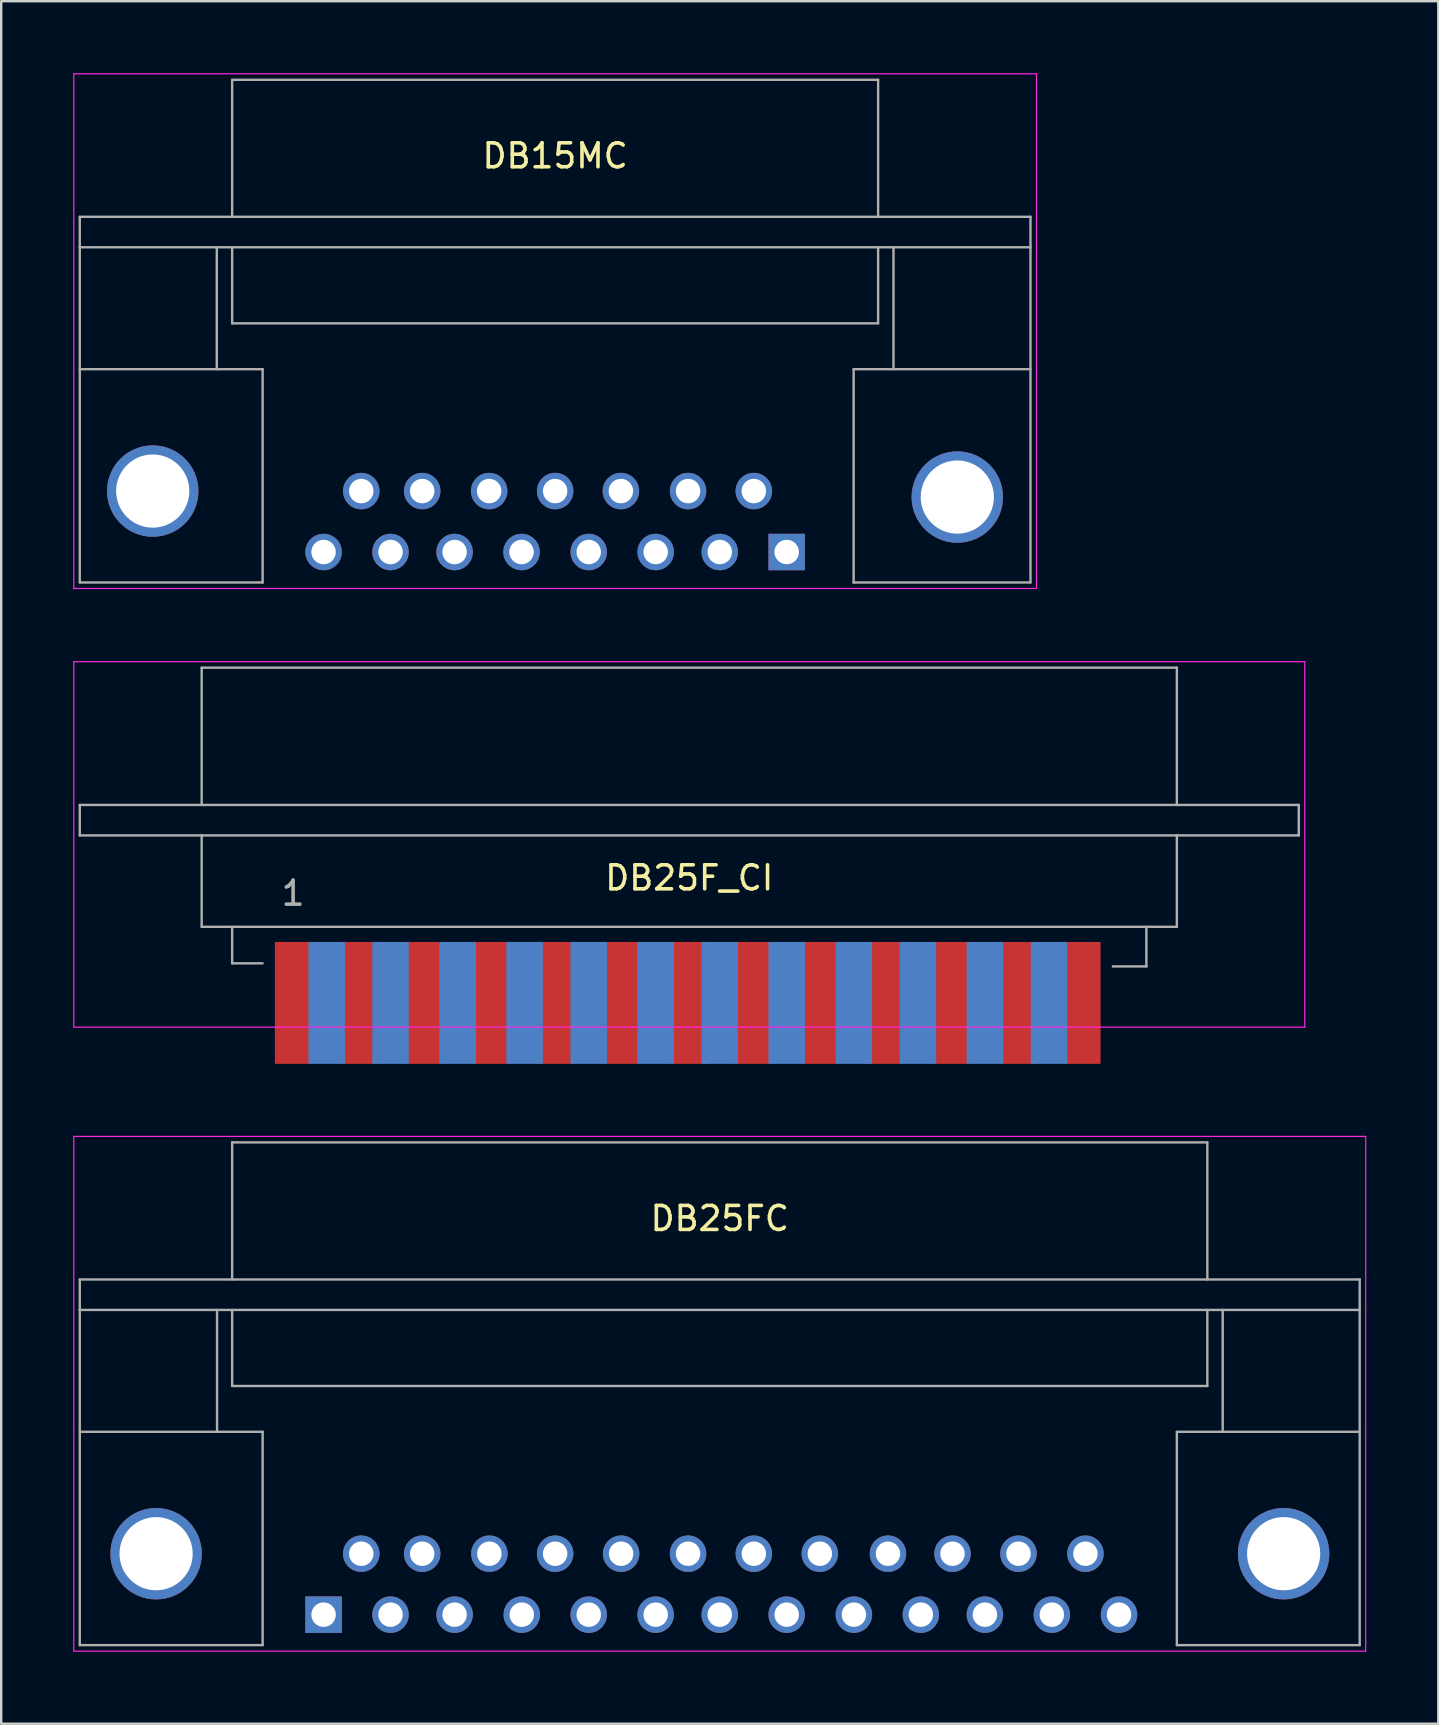
<source format=kicad_pcb>
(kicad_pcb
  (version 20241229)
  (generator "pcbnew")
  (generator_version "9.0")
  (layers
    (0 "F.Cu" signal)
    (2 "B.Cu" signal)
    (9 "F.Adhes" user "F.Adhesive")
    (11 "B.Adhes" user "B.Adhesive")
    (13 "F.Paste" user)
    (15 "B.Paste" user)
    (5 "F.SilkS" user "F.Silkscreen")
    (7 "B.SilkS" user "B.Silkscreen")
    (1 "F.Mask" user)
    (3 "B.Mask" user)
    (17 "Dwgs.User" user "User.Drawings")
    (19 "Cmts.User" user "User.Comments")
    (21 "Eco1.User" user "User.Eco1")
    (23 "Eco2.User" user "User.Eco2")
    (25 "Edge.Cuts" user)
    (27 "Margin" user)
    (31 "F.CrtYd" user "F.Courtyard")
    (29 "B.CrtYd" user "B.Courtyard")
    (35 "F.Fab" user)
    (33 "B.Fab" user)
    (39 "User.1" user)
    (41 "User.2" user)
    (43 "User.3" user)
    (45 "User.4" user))
  (footprint "DB25F_CI"
    (layer "F.Cu")
    (at 9.165 38.745)
    (property "Reference" "DB25F_CI" (at 16.51 -5.21 180) (layer "F.SilkS") (effects (font (size 1 1) (thickness 0.15))))
    (attr through_hole)
    (fp_line (start -9.14 -14.22) (end -9.14 1.01) (stroke (width 0.05) (type solid)) (layer "F.CrtYd"))
    (fp_line (start -9.14 -14.22) (end 42.16 -14.22) (stroke (width 0.05) (type solid)) (layer "F.CrtYd"))
    (fp_line (start 42.16 1.01) (end -9.14 1.01) (stroke (width 0.05) (type solid)) (layer "F.CrtYd"))
    (fp_line (start 42.16 1.01) (end 42.16 -14.22) (stroke (width 0.05) (type solid)) (layer "F.CrtYd"))
    (fp_line (start -8.89 -8.25) (end 41.91 -8.25) (stroke (width 0.1) (type solid)) (layer "F.Fab"))
    (fp_line (start -8.89 -6.98) (end -8.89 -8.25) (stroke (width 0.1) (type solid)) (layer "F.Fab"))
    (fp_line (start -3.81 -13.97) (end 36.83 -13.97) (stroke (width 0.1) (type solid)) (layer "F.Fab"))
    (fp_line (start -3.81 -8.25) (end -3.81 -13.97) (stroke (width 0.1) (type solid)) (layer "F.Fab"))
    (fp_line (start -3.81 -6.98) (end -8.89 -6.98) (stroke (width 0.1) (type solid)) (layer "F.Fab"))
    (fp_line (start -3.81 -6.98) (end 36.83 -6.98) (stroke (width 0.1) (type solid)) (layer "F.Fab"))
    (fp_line (start -3.81 -3.17) (end -3.81 -6.98) (stroke (width 0.1) (type solid)) (layer "F.Fab"))
    (fp_line (start -2.54 -3.17) (end -2.54 -1.65) (stroke (width 0.1) (type solid)) (layer "F.Fab"))
    (fp_line (start -2.54 -1.65) (end -1.27 -1.65) (stroke (width 0.1) (type solid)) (layer "F.Fab"))
    (fp_line (start 35.56 -3.17) (end 35.56 -1.52) (stroke (width 0.1) (type solid)) (layer "F.Fab"))
    (fp_line (start 35.56 -1.52) (end 34.16 -1.52) (stroke (width 0.1) (type solid)) (layer "F.Fab"))
    (fp_line (start 36.83 -13.97) (end 36.83 -8.25) (stroke (width 0.1) (type solid)) (layer "F.Fab"))
    (fp_line (start 36.83 -6.98) (end 36.83 -3.17) (stroke (width 0.1) (type solid)) (layer "F.Fab"))
    (fp_line (start 36.83 -3.17) (end -3.81 -3.17) (stroke (width 0.1) (type solid)) (layer "F.Fab"))
    (fp_line (start 41.91 -8.25) (end 41.91 -6.98) (stroke (width 0.1) (type solid)) (layer "F.Fab"))
    (fp_line (start 41.91 -6.98) (end 36.83 -6.98) (stroke (width 0.1) (type solid)) (layer "F.Fab"))
    (fp_text user "1" (at 0 -4.57 180) (layer "F.Fab") (effects (font (size 1 1) (thickness 0.15))))
    (pad "1" connect rect (at 0 0 90) (size 5.08 1.52) (layers "F.Cu" "F.Mask"))
    (pad "2" connect rect (at 2.79 0 90) (size 5.08 1.52) (layers "F.Cu" "F.Mask"))
    (pad "3" connect rect (at 5.46 0 90) (size 5.08 1.52) (layers "F.Cu" "F.Mask"))
    (pad "4" connect rect (at 8.26 0 90) (size 5.08 1.52) (layers "F.Cu" "F.Mask"))
    (pad "5" connect rect (at 10.92 0 90) (size 5.08 1.52) (layers "F.Cu" "F.Mask"))
    (pad "6" connect rect (at 13.72 0 90) (size 5.08 1.52) (layers "F.Cu" "F.Mask"))
    (pad "7" connect rect (at 16.51 0 90) (size 5.08 1.52) (layers "F.Cu" "F.Mask"))
    (pad "8" connect rect (at 19.18 0 90) (size 5.08 1.52) (layers "F.Cu" "F.Mask"))
    (pad "9" connect rect (at 21.97 0 90) (size 5.08 1.52) (layers "F.Cu" "F.Mask"))
    (pad "10" connect rect (at 24.64 0 90) (size 5.08 1.52) (layers "F.Cu" "F.Mask"))
    (pad "11" connect rect (at 27.43 0 90) (size 5.08 1.52) (layers "F.Cu" "F.Mask"))
    (pad "12" connect rect (at 30.23 0 90) (size 5.08 1.52) (layers "F.Cu" "F.Mask"))
    (pad "13" connect rect (at 32.89 0 90) (size 5.08 1.52) (layers "F.Cu" "F.Mask"))
    (pad "14" connect rect (at 1.4 0 90) (size 5.08 1.52) (layers "B.Cu" "B.Mask"))
    (pad "15" connect rect (at 4.06 0 90) (size 5.08 1.52) (layers "B.Cu" "B.Mask"))
    (pad "16" connect rect (at 6.86 0 90) (size 5.08 1.52) (layers "B.Cu" "B.Mask"))
    (pad "17" connect rect (at 9.65 0 90) (size 5.08 1.52) (layers "B.Cu" "B.Mask"))
    (pad "18" connect rect (at 12.32 0 90) (size 5.08 1.52) (layers "B.Cu" "B.Mask"))
    (pad "19" connect rect (at 15.11 0 90) (size 5.08 1.52) (layers "B.Cu" "B.Mask"))
    (pad "20" connect rect (at 17.78 0 90) (size 5.08 1.52) (layers "B.Cu" "B.Mask"))
    (pad "21" connect rect (at 20.57 0 90) (size 5.08 1.52) (layers "B.Cu" "B.Mask"))
    (pad "22" connect rect (at 23.37 0 90) (size 5.08 1.52) (layers "B.Cu" "B.Mask"))
    (pad "23" connect rect (at 26.04 0 90) (size 5.08 1.52) (layers "B.Cu" "B.Mask"))
    (pad "24" connect rect (at 28.83 0 90) (size 5.08 1.52) (layers "B.Cu" "B.Mask"))
    (pad "25" connect rect (at 31.5 0 90) (size 5.08 1.52) (layers "B.Cu" "B.Mask")))
  (footprint "DB25FC"
    (layer "F.Cu")
    (at 10.435 64.24)
    (property "Reference" "DB25FC" (at 16.51 -16.51 0) (layer "F.SilkS") (effects (font (size 1 1) (thickness 0.15))))
    (attr through_hole)
    (fp_line (start -10.41 -19.93) (end -10.41 1.52) (stroke (width 0.05) (type solid)) (layer "F.CrtYd"))
    (fp_line (start -10.41 -19.93) (end 43.43 -19.93) (stroke (width 0.05) (type solid)) (layer "F.CrtYd"))
    (fp_line (start 43.43 1.52) (end -10.41 1.52) (stroke (width 0.05) (type solid)) (layer "F.CrtYd"))
    (fp_line (start 43.43 1.52) (end 43.43 -19.93) (stroke (width 0.05) (type solid)) (layer "F.CrtYd"))
    (fp_line (start -10.16 -13.97) (end -10.16 -12.7) (stroke (width 0.1) (type solid)) (layer "F.Fab"))
    (fp_line (start -10.16 -12.7) (end 43.18 -12.7) (stroke (width 0.1) (type solid)) (layer "F.Fab"))
    (fp_line (start -10.16 -7.62) (end -2.54 -7.62) (stroke (width 0.1) (type solid)) (layer "F.Fab"))
    (fp_line (start -10.16 1.27) (end -10.16 -12.7) (stroke (width 0.1) (type solid)) (layer "F.Fab"))
    (fp_line (start -10.16 1.27) (end -2.54 1.27) (stroke (width 0.1) (type solid)) (layer "F.Fab"))
    (fp_line (start -4.44 -12.7) (end -4.44 -7.62) (stroke (width 0.1) (type solid)) (layer "F.Fab"))
    (fp_line (start -3.81 -19.68) (end -3.81 -13.97) (stroke (width 0.1) (type solid)) (layer "F.Fab"))
    (fp_line (start -3.81 -19.68) (end 36.83 -19.68) (stroke (width 0.1) (type solid)) (layer "F.Fab"))
    (fp_line (start -3.81 -9.53) (end -3.81 -12.7) (stroke (width 0.1) (type solid)) (layer "F.Fab"))
    (fp_line (start -3.81 -9.53) (end 36.83 -9.53) (stroke (width 0.1) (type solid)) (layer "F.Fab"))
    (fp_line (start -2.54 -7.62) (end -2.54 1.27) (stroke (width 0.1) (type solid)) (layer "F.Fab"))
    (fp_line (start 35.56 -7.62) (end 35.56 1.27) (stroke (width 0.1) (type solid)) (layer "F.Fab"))
    (fp_line (start 35.56 1.27) (end 43.18 1.27) (stroke (width 0.1) (type solid)) (layer "F.Fab"))
    (fp_line (start 36.83 -19.68) (end 36.83 -13.97) (stroke (width 0.1) (type solid)) (layer "F.Fab"))
    (fp_line (start 36.83 -9.53) (end 36.83 -12.7) (stroke (width 0.1) (type solid)) (layer "F.Fab"))
    (fp_line (start 37.47 -12.7) (end 37.47 -7.62) (stroke (width 0.1) (type solid)) (layer "F.Fab"))
    (fp_line (start 43.18 -13.97) (end -10.16 -13.97) (stroke (width 0.1) (type solid)) (layer "F.Fab"))
    (fp_line (start 43.18 -12.7) (end 43.18 -13.97) (stroke (width 0.1) (type solid)) (layer "F.Fab"))
    (fp_line (start 43.18 -12.7) (end 43.18 1.27) (stroke (width 0.1) (type solid)) (layer "F.Fab"))
    (fp_line (start 43.18 -7.62) (end 35.56 -7.62) (stroke (width 0.1) (type solid)) (layer "F.Fab"))
    (pad "" thru_hole circle (at -6.98 -2.54) (size 3.81 3.81) (drill 3.05) (layers "*.Cu" "*.Mask"))
    (pad "" thru_hole circle (at 40.01 -2.54) (size 3.81 3.81) (drill 3.05) (layers "*.Cu" "*.Mask"))
    (pad "1" thru_hole rect (at 0 0) (size 1.52 1.52) (drill 1.02) (layers "*.Cu" "*.Mask"))
    (pad "2" thru_hole circle (at 2.79 0) (size 1.52 1.52) (drill 1.02) (layers "*.Cu" "*.Mask"))
    (pad "3" thru_hole circle (at 5.46 0) (size 1.52 1.52) (drill 1.02) (layers "*.Cu" "*.Mask"))
    (pad "4" thru_hole circle (at 8.26 0) (size 1.52 1.52) (drill 1.02) (layers "*.Cu" "*.Mask"))
    (pad "5" thru_hole circle (at 11.05 0) (size 1.52 1.52) (drill 1.02) (layers "*.Cu" "*.Mask"))
    (pad "6" thru_hole circle (at 13.84 0) (size 1.52 1.52) (drill 1.02) (layers "*.Cu" "*.Mask"))
    (pad "7" thru_hole circle (at 16.51 0) (size 1.52 1.52) (drill 1.02) (layers "*.Cu" "*.Mask"))
    (pad "8" thru_hole circle (at 19.3 0) (size 1.52 1.52) (drill 1.02) (layers "*.Cu" "*.Mask"))
    (pad "9" thru_hole circle (at 22.1 0) (size 1.52 1.52) (drill 1.02) (layers "*.Cu" "*.Mask"))
    (pad "10" thru_hole circle (at 24.89 0) (size 1.52 1.52) (drill 1.02) (layers "*.Cu" "*.Mask"))
    (pad "11" thru_hole circle (at 27.56 0) (size 1.52 1.52) (drill 1.02) (layers "*.Cu" "*.Mask"))
    (pad "12" thru_hole circle (at 30.35 0) (size 1.52 1.52) (drill 1.02) (layers "*.Cu" "*.Mask"))
    (pad "13" thru_hole circle (at 33.15 0) (size 1.52 1.52) (drill 1.02) (layers "*.Cu" "*.Mask"))
    (pad "14" thru_hole circle (at 1.57 -2.54) (size 1.52 1.52) (drill 1.02) (layers "*.Cu" "*.Mask"))
    (pad "15" thru_hole circle (at 4.11 -2.54) (size 1.52 1.52) (drill 1.02) (layers "*.Cu" "*.Mask"))
    (pad "16" thru_hole circle (at 6.91 -2.54) (size 1.52 1.52) (drill 1.02) (layers "*.Cu" "*.Mask"))
    (pad "17" thru_hole circle (at 9.65 -2.54) (size 1.52 1.52) (drill 1.02) (layers "*.Cu" "*.Mask"))
    (pad "18" thru_hole circle (at 12.4 -2.54) (size 1.52 1.52) (drill 1.02) (layers "*.Cu" "*.Mask"))
    (pad "19" thru_hole circle (at 15.19 -2.54) (size 1.52 1.52) (drill 1.02) (layers "*.Cu" "*.Mask"))
    (pad "20" thru_hole circle (at 17.93 -2.54) (size 1.52 1.52) (drill 1.02) (layers "*.Cu" "*.Mask"))
    (pad "21" thru_hole circle (at 20.68 -2.54) (size 1.52 1.52) (drill 1.02) (layers "*.Cu" "*.Mask"))
    (pad "22" thru_hole circle (at 23.52 -2.54) (size 1.52 1.52) (drill 1.02) (layers "*.Cu" "*.Mask"))
    (pad "23" thru_hole circle (at 26.21 -2.54) (size 1.52 1.52) (drill 1.02) (layers "*.Cu" "*.Mask"))
    (pad "24" thru_hole circle (at 28.96 -2.54) (size 1.52 1.52) (drill 1.02) (layers "*.Cu" "*.Mask"))
    (pad "25" thru_hole circle (at 31.75 -2.54) (size 1.52 1.52) (drill 1.02) (layers "*.Cu" "*.Mask")))
  (footprint "DB15MC"
    (layer "F.Cu")
    (at 29.735 19.955)
    (property "Reference" "DB15MC" (at -9.65 -16.51 0) (layer "F.SilkS") (effects (font (size 1 1) (thickness 0.15))))
    (attr through_hole)
    (fp_line (start -29.71 -19.93) (end -29.71 1.52) (stroke (width 0.05) (type solid)) (layer "F.CrtYd"))
    (fp_line (start -29.71 -19.93) (end 10.41 -19.93) (stroke (width 0.05) (type solid)) (layer "F.CrtYd"))
    (fp_line (start 10.41 1.52) (end -29.71 1.52) (stroke (width 0.05) (type solid)) (layer "F.CrtYd"))
    (fp_line (start 10.41 1.52) (end 10.41 -19.93) (stroke (width 0.05) (type solid)) (layer "F.CrtYd"))
    (fp_line (start -29.46 -13.97) (end -29.46 -12.7) (stroke (width 0.1) (type solid)) (layer "F.Fab"))
    (fp_line (start -29.46 -7.62) (end -21.84 -7.62) (stroke (width 0.1) (type solid)) (layer "F.Fab"))
    (fp_line (start -29.46 1.27) (end -29.46 -12.7) (stroke (width 0.1) (type solid)) (layer "F.Fab"))
    (fp_line (start -29.46 1.27) (end -21.84 1.27) (stroke (width 0.1) (type solid)) (layer "F.Fab"))
    (fp_line (start -23.75 -12.7) (end -23.75 -7.62) (stroke (width 0.1) (type solid)) (layer "F.Fab"))
    (fp_line (start -23.11 -19.68) (end -23.11 -13.97) (stroke (width 0.1) (type solid)) (layer "F.Fab"))
    (fp_line (start -23.11 -19.68) (end 3.81 -19.68) (stroke (width 0.1) (type solid)) (layer "F.Fab"))
    (fp_line (start -23.11 -9.53) (end -23.11 -12.7) (stroke (width 0.1) (type solid)) (layer "F.Fab"))
    (fp_line (start -21.84 -7.62) (end -21.84 1.27) (stroke (width 0.1) (type solid)) (layer "F.Fab"))
    (fp_line (start 2.79 -7.62) (end 10.16 -7.62) (stroke (width 0.1) (type solid)) (layer "F.Fab"))
    (fp_line (start 2.79 1.27) (end 2.79 -7.62) (stroke (width 0.1) (type solid)) (layer "F.Fab"))
    (fp_line (start 3.81 -13.97) (end 3.81 -19.68) (stroke (width 0.1) (type solid)) (layer "F.Fab"))
    (fp_line (start 3.81 -9.53) (end -23.11 -9.53) (stroke (width 0.1) (type solid)) (layer "F.Fab"))
    (fp_line (start 3.81 -9.53) (end 3.81 -12.7) (stroke (width 0.1) (type solid)) (layer "F.Fab"))
    (fp_line (start 4.45 -7.62) (end 4.45 -12.7) (stroke (width 0.1) (type solid)) (layer "F.Fab"))
    (fp_line (start 10.16 -13.97) (end -29.46 -13.97) (stroke (width 0.1) (type solid)) (layer "F.Fab"))
    (fp_line (start 10.16 -12.7) (end -29.46 -12.7) (stroke (width 0.1) (type solid)) (layer "F.Fab"))
    (fp_line (start 10.16 1.27) (end 2.79 1.27) (stroke (width 0.1) (type solid)) (layer "F.Fab"))
    (fp_line (start 10.16 1.27) (end 10.16 -13.97) (stroke (width 0.1) (type solid)) (layer "F.Fab"))
    (pad "" thru_hole circle (at -26.42 -2.54) (size 3.81 3.81) (drill 3.05) (layers "*.Cu" "*.Mask"))
    (pad "" thru_hole circle (at 7.11 -2.29) (size 3.81 3.81) (drill 3.05) (layers "*.Cu" "*.Mask"))
    (pad "1" thru_hole rect (at 0 0) (size 1.52 1.52) (drill 1.02) (layers "*.Cu" "*.Mask"))
    (pad "2" thru_hole circle (at -2.79 0) (size 1.52 1.52) (drill 1.02) (layers "*.Cu" "*.Mask"))
    (pad "3" thru_hole circle (at -5.46 0) (size 1.52 1.52) (drill 1.02) (layers "*.Cu" "*.Mask"))
    (pad "4" thru_hole circle (at -8.25 0) (size 1.52 1.52) (drill 1.02) (layers "*.Cu" "*.Mask"))
    (pad "5" thru_hole circle (at -11.05 0) (size 1.52 1.52) (drill 1.02) (layers "*.Cu" "*.Mask"))
    (pad "6" thru_hole circle (at -13.84 0) (size 1.52 1.52) (drill 1.02) (layers "*.Cu" "*.Mask"))
    (pad "7" thru_hole circle (at -16.51 0) (size 1.52 1.52) (drill 1.02) (layers "*.Cu" "*.Mask"))
    (pad "8" thru_hole circle (at -19.3 0) (size 1.52 1.52) (drill 1.02) (layers "*.Cu" "*.Mask"))
    (pad "9" thru_hole circle (at -1.37 -2.54) (size 1.52 1.52) (drill 1.02) (layers "*.Cu" "*.Mask"))
    (pad "10" thru_hole circle (at -4.11 -2.54) (size 1.52 1.52) (drill 1.02) (layers "*.Cu" "*.Mask"))
    (pad "11" thru_hole circle (at -6.91 -2.54) (size 1.52 1.52) (drill 1.02) (layers "*.Cu" "*.Mask"))
    (pad "12" thru_hole circle (at -9.65 -2.54) (size 1.52 1.52) (drill 1.02) (layers "*.Cu" "*.Mask"))
    (pad "13" thru_hole circle (at -12.4 -2.54) (size 1.52 1.52) (drill 1.02) (layers "*.Cu" "*.Mask"))
    (pad "14" thru_hole circle (at -15.19 -2.54) (size 1.52 1.52) (drill 1.02) (layers "*.Cu" "*.Mask"))
    (pad "15" thru_hole circle (at -17.73 -2.54) (size 1.52 1.52) (drill 1.02) (layers "*.Cu" "*.Mask")))
  (gr_rect
    (start -3 -3)
    (end 56.89 68.785)
    (stroke (width 0.1) (type default))
    (fill no)
    (layer "Edge.Cuts")))
</source>
